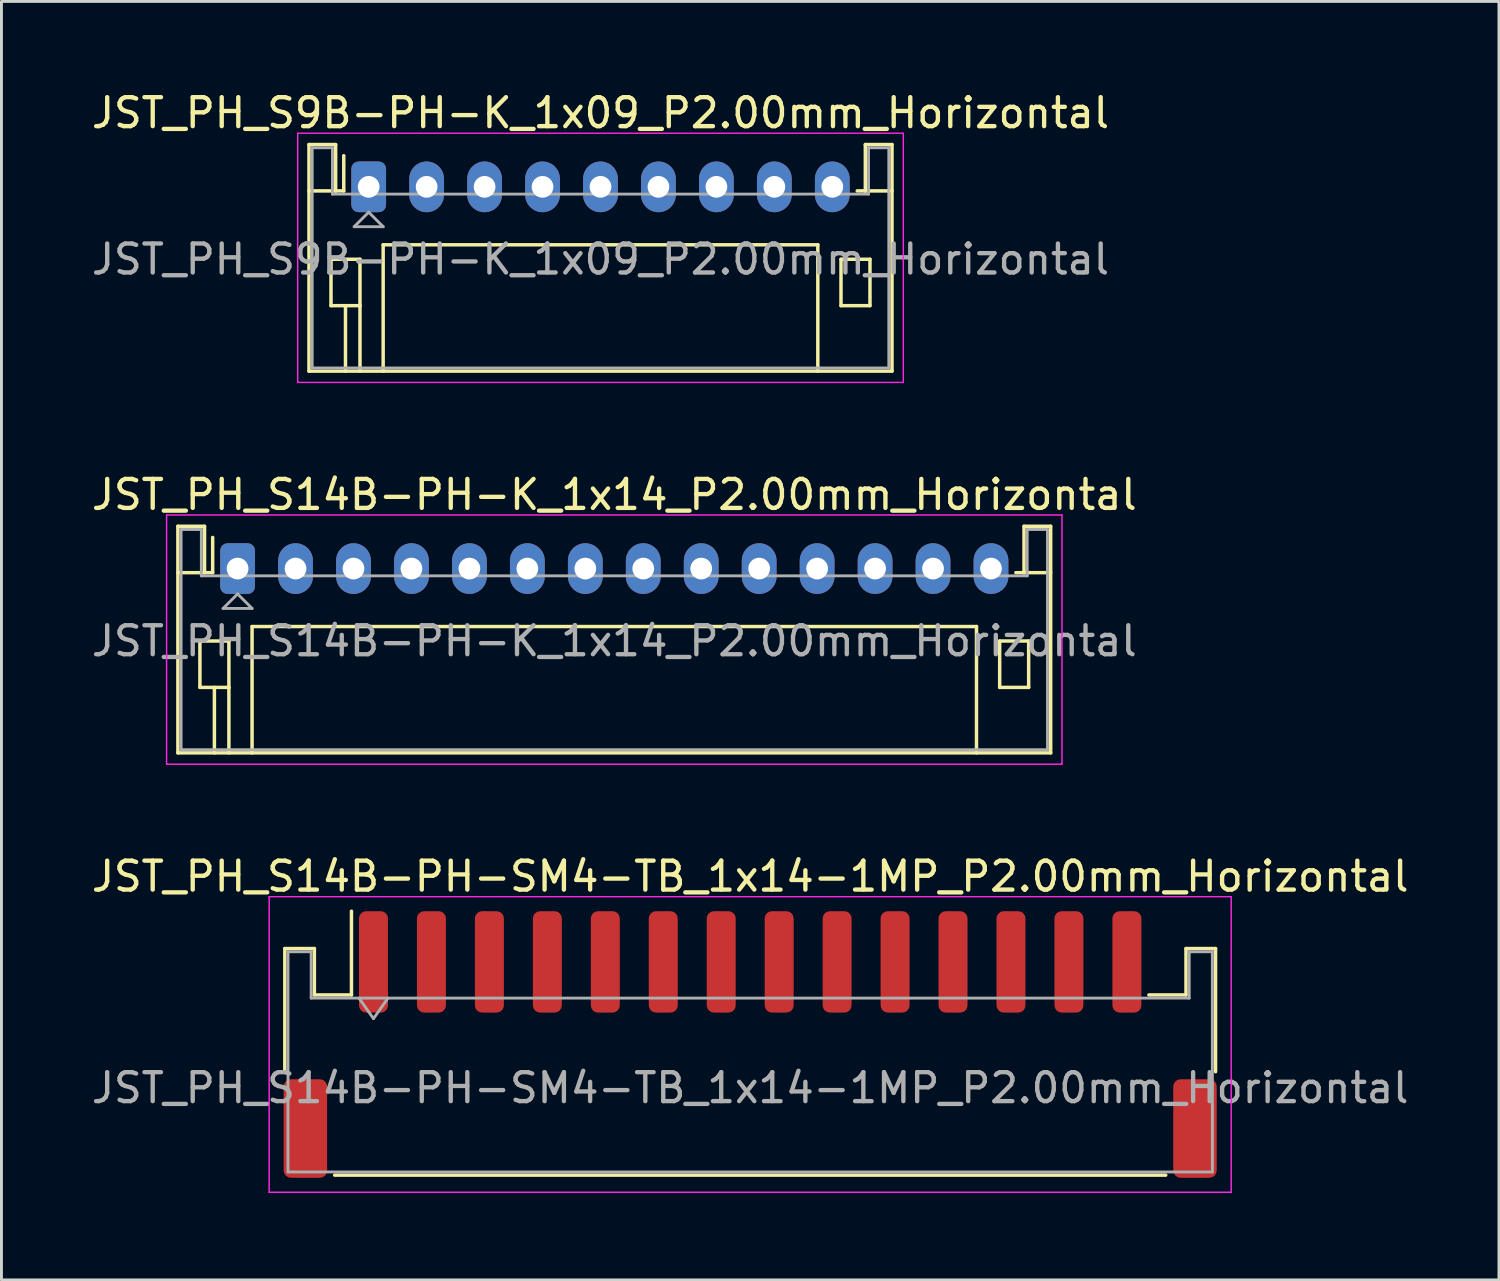
<source format=kicad_pcb>
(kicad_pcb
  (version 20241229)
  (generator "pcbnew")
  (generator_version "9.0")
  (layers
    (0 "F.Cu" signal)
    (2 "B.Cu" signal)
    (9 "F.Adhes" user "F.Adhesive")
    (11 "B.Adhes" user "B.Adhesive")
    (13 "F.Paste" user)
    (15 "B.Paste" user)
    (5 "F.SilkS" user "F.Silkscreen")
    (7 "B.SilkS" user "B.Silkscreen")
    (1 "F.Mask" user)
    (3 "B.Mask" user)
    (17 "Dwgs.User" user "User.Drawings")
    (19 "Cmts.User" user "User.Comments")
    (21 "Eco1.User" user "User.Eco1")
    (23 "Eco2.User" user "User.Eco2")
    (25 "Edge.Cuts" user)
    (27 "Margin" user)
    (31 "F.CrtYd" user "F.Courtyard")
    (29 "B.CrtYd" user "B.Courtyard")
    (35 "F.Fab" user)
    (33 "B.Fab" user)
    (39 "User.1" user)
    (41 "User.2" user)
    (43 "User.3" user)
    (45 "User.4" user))
  (footprint "JST_PH_S14B-PH-SM4-TB_1x14-1MP_P2.00mm_Horizontal"
    (layer "F.Cu")
    (at 22.839 32.995)
    (property "Reference" "JST_PH_S14B-PH-SM4-TB_1x14-1MP_P2.00mm_Horizontal" (at 0 -5.8 0) (layer "F.SilkS") (effects (font (size 1 1) (thickness 0.15))))
    (attr smd)
    (fp_line (start -16.06 -3.31) (end -15.04 -3.31) (stroke (width 0.12) (type solid)) (layer "F.SilkS"))
    (fp_line (start -16.06 0.94) (end -16.06 -3.31) (stroke (width 0.12) (type solid)) (layer "F.SilkS"))
    (fp_line (start -15.04 -3.31) (end -15.04 -1.71) (stroke (width 0.12) (type solid)) (layer "F.SilkS"))
    (fp_line (start -15.04 -1.71) (end -13.76 -1.71) (stroke (width 0.12) (type solid)) (layer "F.SilkS"))
    (fp_line (start -14.34 4.51) (end 14.34 4.51) (stroke (width 0.12) (type solid)) (layer "F.SilkS"))
    (fp_line (start -13.76 -1.71) (end -13.76 -4.6) (stroke (width 0.12) (type solid)) (layer "F.SilkS"))
    (fp_line (start 15.04 -3.31) (end 15.04 -1.71) (stroke (width 0.12) (type solid)) (layer "F.SilkS"))
    (fp_line (start 15.04 -1.71) (end 13.76 -1.71) (stroke (width 0.12) (type solid)) (layer "F.SilkS"))
    (fp_line (start 16.06 -3.31) (end 15.04 -3.31) (stroke (width 0.12) (type solid)) (layer "F.SilkS"))
    (fp_line (start 16.06 0.94) (end 16.06 -3.31) (stroke (width 0.12) (type solid)) (layer "F.SilkS"))
    (fp_line (start -16.6 -5.1) (end -16.6 5.1) (stroke (width 0.05) (type solid)) (layer "F.CrtYd"))
    (fp_line (start -16.6 5.1) (end 16.6 5.1) (stroke (width 0.05) (type solid)) (layer "F.CrtYd"))
    (fp_line (start 16.6 -5.1) (end -16.6 -5.1) (stroke (width 0.05) (type solid)) (layer "F.CrtYd"))
    (fp_line (start 16.6 5.1) (end 16.6 -5.1) (stroke (width 0.05) (type solid)) (layer "F.CrtYd"))
    (fp_line (start -15.95 -3.2) (end -15.95 4.4) (stroke (width 0.1) (type solid)) (layer "F.Fab"))
    (fp_line (start -15.95 -3.2) (end -15.15 -3.2) (stroke (width 0.1) (type solid)) (layer "F.Fab"))
    (fp_line (start -15.95 4.4) (end 15.95 4.4) (stroke (width 0.1) (type solid)) (layer "F.Fab"))
    (fp_line (start -15.15 -3.2) (end -15.15 -1.6) (stroke (width 0.1) (type solid)) (layer "F.Fab"))
    (fp_line (start -15.15 -1.6) (end 15.15 -1.6) (stroke (width 0.1) (type solid)) (layer "F.Fab"))
    (fp_line (start -13.5 -1.6) (end -13 -0.893) (stroke (width 0.1) (type solid)) (layer "F.Fab"))
    (fp_line (start -13 -0.893) (end -12.5 -1.6) (stroke (width 0.1) (type solid)) (layer "F.Fab"))
    (fp_line (start 15.15 -3.2) (end 15.95 -3.2) (stroke (width 0.1) (type solid)) (layer "F.Fab"))
    (fp_line (start 15.15 -1.6) (end 15.15 -3.2) (stroke (width 0.1) (type solid)) (layer "F.Fab"))
    (fp_line (start 15.95 -3.2) (end 15.95 4.4) (stroke (width 0.1) (type solid)) (layer "F.Fab"))
    (fp_text user "${REFERENCE}" (at 0 1.5 0) (layer "F.Fab") (effects (font (size 1 1) (thickness 0.15))))
    (pad "1" smd roundrect (at -13 -2.85) (size 1 3.5) (layers "F.Cu" "F.Mask" "F.Paste") (roundrect_rratio 0.25))
    (pad "2" smd roundrect (at -11 -2.85) (size 1 3.5) (layers "F.Cu" "F.Mask" "F.Paste") (roundrect_rratio 0.25))
    (pad "3" smd roundrect (at -9 -2.85) (size 1 3.5) (layers "F.Cu" "F.Mask" "F.Paste") (roundrect_rratio 0.25))
    (pad "4" smd roundrect (at -7 -2.85) (size 1 3.5) (layers "F.Cu" "F.Mask" "F.Paste") (roundrect_rratio 0.25))
    (pad "5" smd roundrect (at -5 -2.85) (size 1 3.5) (layers "F.Cu" "F.Mask" "F.Paste") (roundrect_rratio 0.25))
    (pad "6" smd roundrect (at -3 -2.85) (size 1 3.5) (layers "F.Cu" "F.Mask" "F.Paste") (roundrect_rratio 0.25))
    (pad "7" smd roundrect (at -1 -2.85) (size 1 3.5) (layers "F.Cu" "F.Mask" "F.Paste") (roundrect_rratio 0.25))
    (pad "8" smd roundrect (at 1 -2.85) (size 1 3.5) (layers "F.Cu" "F.Mask" "F.Paste") (roundrect_rratio 0.25))
    (pad "9" smd roundrect (at 3 -2.85) (size 1 3.5) (layers "F.Cu" "F.Mask" "F.Paste") (roundrect_rratio 0.25))
    (pad "10" smd roundrect (at 5 -2.85) (size 1 3.5) (layers "F.Cu" "F.Mask" "F.Paste") (roundrect_rratio 0.25))
    (pad "11" smd roundrect (at 7 -2.85) (size 1 3.5) (layers "F.Cu" "F.Mask" "F.Paste") (roundrect_rratio 0.25))
    (pad "12" smd roundrect (at 9 -2.85) (size 1 3.5) (layers "F.Cu" "F.Mask" "F.Paste") (roundrect_rratio 0.25))
    (pad "13" smd roundrect (at 11 -2.85) (size 1 3.5) (layers "F.Cu" "F.Mask" "F.Paste") (roundrect_rratio 0.25))
    (pad "14" smd roundrect (at 13 -2.85) (size 1 3.5) (layers "F.Cu" "F.Mask" "F.Paste") (roundrect_rratio 0.25))
    (pad "MP" smd roundrect (at -15.35 2.9) (size 1.5 3.4) (layers "F.Cu" "F.Mask" "F.Paste") (roundrect_rratio 0.167))
    (pad "MP" smd roundrect (at 15.35 2.9) (size 1.5 3.4) (layers "F.Cu" "F.Mask" "F.Paste") (roundrect_rratio 0.167)))
  (footprint "JST_PH_S9B-PH-K_1x09_P2.00mm_Horizontal"
    (layer "F.Cu")
    (at 9.673 3.398)
    (property "Reference" "JST_PH_S9B-PH-K_1x09_P2.00mm_Horizontal" (at 8 -2.55 0) (layer "F.SilkS") (effects (font (size 1 1) (thickness 0.15))))
    (attr through_hole)
    (fp_line (start -2.06 -1.46) (end -2.06 6.36) (stroke (width 0.12) (type solid)) (layer "F.SilkS"))
    (fp_line (start -2.06 0.14) (end -1.14 0.14) (stroke (width 0.12) (type solid)) (layer "F.SilkS"))
    (fp_line (start -2.06 6.36) (end 18.06 6.36) (stroke (width 0.12) (type solid)) (layer "F.SilkS"))
    (fp_line (start -1.3 2.5) (end -1.3 4.1) (stroke (width 0.12) (type solid)) (layer "F.SilkS"))
    (fp_line (start -1.3 4.1) (end -0.3 4.1) (stroke (width 0.12) (type solid)) (layer "F.SilkS"))
    (fp_line (start -1.14 -1.46) (end -2.06 -1.46) (stroke (width 0.12) (type solid)) (layer "F.SilkS"))
    (fp_line (start -1.14 0.14) (end -1.14 -1.46) (stroke (width 0.12) (type solid)) (layer "F.SilkS"))
    (fp_line (start -0.86 0.14) (end -1.14 0.14) (stroke (width 0.12) (type solid)) (layer "F.SilkS"))
    (fp_line (start -0.86 0.14) (end -0.86 -1.075) (stroke (width 0.12) (type solid)) (layer "F.SilkS"))
    (fp_line (start -0.8 4.1) (end -0.8 6.36) (stroke (width 0.12) (type solid)) (layer "F.SilkS"))
    (fp_line (start -0.3 2.5) (end -1.3 2.5) (stroke (width 0.12) (type solid)) (layer "F.SilkS"))
    (fp_line (start -0.3 4.1) (end -0.3 2.5) (stroke (width 0.12) (type solid)) (layer "F.SilkS"))
    (fp_line (start -0.3 4.1) (end -0.3 6.36) (stroke (width 0.12) (type solid)) (layer "F.SilkS"))
    (fp_line (start 0.5 2) (end 15.5 2) (stroke (width 0.12) (type solid)) (layer "F.SilkS"))
    (fp_line (start 0.5 6.36) (end 0.5 2) (stroke (width 0.12) (type solid)) (layer "F.SilkS"))
    (fp_line (start 15.5 2) (end 15.5 6.36) (stroke (width 0.12) (type solid)) (layer "F.SilkS"))
    (fp_line (start 16.3 2.5) (end 17.3 2.5) (stroke (width 0.12) (type solid)) (layer "F.SilkS"))
    (fp_line (start 16.3 4.1) (end 16.3 2.5) (stroke (width 0.12) (type solid)) (layer "F.SilkS"))
    (fp_line (start 17.14 -1.46) (end 17.14 0.14) (stroke (width 0.12) (type solid)) (layer "F.SilkS"))
    (fp_line (start 17.14 0.14) (end 16.86 0.14) (stroke (width 0.12) (type solid)) (layer "F.SilkS"))
    (fp_line (start 17.3 2.5) (end 17.3 4.1) (stroke (width 0.12) (type solid)) (layer "F.SilkS"))
    (fp_line (start 17.3 4.1) (end 16.3 4.1) (stroke (width 0.12) (type solid)) (layer "F.SilkS"))
    (fp_line (start 18.06 -1.46) (end 17.14 -1.46) (stroke (width 0.12) (type solid)) (layer "F.SilkS"))
    (fp_line (start 18.06 0.14) (end 17.14 0.14) (stroke (width 0.12) (type solid)) (layer "F.SilkS"))
    (fp_line (start 18.06 6.36) (end 18.06 -1.46) (stroke (width 0.12) (type solid)) (layer "F.SilkS"))
    (fp_line (start -2.45 -1.85) (end -2.45 6.75) (stroke (width 0.05) (type solid)) (layer "F.CrtYd"))
    (fp_line (start -2.45 6.75) (end 18.45 6.75) (stroke (width 0.05) (type solid)) (layer "F.CrtYd"))
    (fp_line (start 18.45 -1.85) (end -2.45 -1.85) (stroke (width 0.05) (type solid)) (layer "F.CrtYd"))
    (fp_line (start 18.45 6.75) (end 18.45 -1.85) (stroke (width 0.05) (type solid)) (layer "F.CrtYd"))
    (fp_line (start -1.95 -1.35) (end -1.95 6.25) (stroke (width 0.1) (type solid)) (layer "F.Fab"))
    (fp_line (start -1.95 6.25) (end 17.95 6.25) (stroke (width 0.1) (type solid)) (layer "F.Fab"))
    (fp_line (start -1.25 -1.35) (end -1.95 -1.35) (stroke (width 0.1) (type solid)) (layer "F.Fab"))
    (fp_line (start -1.25 0.25) (end -1.25 -1.35) (stroke (width 0.1) (type solid)) (layer "F.Fab"))
    (fp_line (start -0.5 1.375) (end 0.5 1.375) (stroke (width 0.1) (type solid)) (layer "F.Fab"))
    (fp_line (start 0 0.875) (end -0.5 1.375) (stroke (width 0.1) (type solid)) (layer "F.Fab"))
    (fp_line (start 0.5 1.375) (end 0 0.875) (stroke (width 0.1) (type solid)) (layer "F.Fab"))
    (fp_line (start 17.25 -1.35) (end 17.25 0.25) (stroke (width 0.1) (type solid)) (layer "F.Fab"))
    (fp_line (start 17.25 0.25) (end -1.25 0.25) (stroke (width 0.1) (type solid)) (layer "F.Fab"))
    (fp_line (start 17.95 -1.35) (end 17.25 -1.35) (stroke (width 0.1) (type solid)) (layer "F.Fab"))
    (fp_line (start 17.95 6.25) (end 17.95 -1.35) (stroke (width 0.1) (type solid)) (layer "F.Fab"))
    (fp_text user "${REFERENCE}" (at 8 2.5 0) (layer "F.Fab") (effects (font (size 1 1) (thickness 0.15))))
    (pad "1" thru_hole roundrect (at 0 0) (size 1.2 1.75) (drill 0.75) (layers "*.Cu" "*.Mask") (roundrect_rratio 0.208))
    (pad "2" thru_hole oval (at 2 0) (size 1.2 1.75) (drill 0.75) (layers "*.Cu" "*.Mask"))
    (pad "3" thru_hole oval (at 4 0) (size 1.2 1.75) (drill 0.75) (layers "*.Cu" "*.Mask"))
    (pad "4" thru_hole oval (at 6 0) (size 1.2 1.75) (drill 0.75) (layers "*.Cu" "*.Mask"))
    (pad "5" thru_hole oval (at 8 0) (size 1.2 1.75) (drill 0.75) (layers "*.Cu" "*.Mask"))
    (pad "6" thru_hole oval (at 10 0) (size 1.2 1.75) (drill 0.75) (layers "*.Cu" "*.Mask"))
    (pad "7" thru_hole oval (at 12 0) (size 1.2 1.75) (drill 0.75) (layers "*.Cu" "*.Mask"))
    (pad "8" thru_hole oval (at 14 0) (size 1.2 1.75) (drill 0.75) (layers "*.Cu" "*.Mask"))
    (pad "9" thru_hole oval (at 16 0) (size 1.2 1.75) (drill 0.75) (layers "*.Cu" "*.Mask")))
  (footprint "JST_PH_S14B-PH-K_1x14_P2.00mm_Horizontal"
    (layer "F.Cu")
    (at 5.149 16.572)
    (property "Reference" "JST_PH_S14B-PH-K_1x14_P2.00mm_Horizontal" (at 13 -2.55 0) (layer "F.SilkS") (effects (font (size 1 1) (thickness 0.15))))
    (attr through_hole)
    (fp_line (start -2.06 -1.46) (end -2.06 6.36) (stroke (width 0.12) (type solid)) (layer "F.SilkS"))
    (fp_line (start -2.06 0.14) (end -1.14 0.14) (stroke (width 0.12) (type solid)) (layer "F.SilkS"))
    (fp_line (start -2.06 6.36) (end 28.06 6.36) (stroke (width 0.12) (type solid)) (layer "F.SilkS"))
    (fp_line (start -1.3 2.5) (end -1.3 4.1) (stroke (width 0.12) (type solid)) (layer "F.SilkS"))
    (fp_line (start -1.3 4.1) (end -0.3 4.1) (stroke (width 0.12) (type solid)) (layer "F.SilkS"))
    (fp_line (start -1.14 -1.46) (end -2.06 -1.46) (stroke (width 0.12) (type solid)) (layer "F.SilkS"))
    (fp_line (start -1.14 0.14) (end -1.14 -1.46) (stroke (width 0.12) (type solid)) (layer "F.SilkS"))
    (fp_line (start -0.86 0.14) (end -1.14 0.14) (stroke (width 0.12) (type solid)) (layer "F.SilkS"))
    (fp_line (start -0.86 0.14) (end -0.86 -1.075) (stroke (width 0.12) (type solid)) (layer "F.SilkS"))
    (fp_line (start -0.8 4.1) (end -0.8 6.36) (stroke (width 0.12) (type solid)) (layer "F.SilkS"))
    (fp_line (start -0.3 2.5) (end -1.3 2.5) (stroke (width 0.12) (type solid)) (layer "F.SilkS"))
    (fp_line (start -0.3 4.1) (end -0.3 2.5) (stroke (width 0.12) (type solid)) (layer "F.SilkS"))
    (fp_line (start -0.3 4.1) (end -0.3 6.36) (stroke (width 0.12) (type solid)) (layer "F.SilkS"))
    (fp_line (start 0.5 2) (end 25.5 2) (stroke (width 0.12) (type solid)) (layer "F.SilkS"))
    (fp_line (start 0.5 6.36) (end 0.5 2) (stroke (width 0.12) (type solid)) (layer "F.SilkS"))
    (fp_line (start 25.5 2) (end 25.5 6.36) (stroke (width 0.12) (type solid)) (layer "F.SilkS"))
    (fp_line (start 26.3 2.5) (end 27.3 2.5) (stroke (width 0.12) (type solid)) (layer "F.SilkS"))
    (fp_line (start 26.3 4.1) (end 26.3 2.5) (stroke (width 0.12) (type solid)) (layer "F.SilkS"))
    (fp_line (start 27.14 -1.46) (end 27.14 0.14) (stroke (width 0.12) (type solid)) (layer "F.SilkS"))
    (fp_line (start 27.14 0.14) (end 26.86 0.14) (stroke (width 0.12) (type solid)) (layer "F.SilkS"))
    (fp_line (start 27.3 2.5) (end 27.3 4.1) (stroke (width 0.12) (type solid)) (layer "F.SilkS"))
    (fp_line (start 27.3 4.1) (end 26.3 4.1) (stroke (width 0.12) (type solid)) (layer "F.SilkS"))
    (fp_line (start 28.06 -1.46) (end 27.14 -1.46) (stroke (width 0.12) (type solid)) (layer "F.SilkS"))
    (fp_line (start 28.06 0.14) (end 27.14 0.14) (stroke (width 0.12) (type solid)) (layer "F.SilkS"))
    (fp_line (start 28.06 6.36) (end 28.06 -1.46) (stroke (width 0.12) (type solid)) (layer "F.SilkS"))
    (fp_line (start -2.45 -1.85) (end -2.45 6.75) (stroke (width 0.05) (type solid)) (layer "F.CrtYd"))
    (fp_line (start -2.45 6.75) (end 28.45 6.75) (stroke (width 0.05) (type solid)) (layer "F.CrtYd"))
    (fp_line (start 28.45 -1.85) (end -2.45 -1.85) (stroke (width 0.05) (type solid)) (layer "F.CrtYd"))
    (fp_line (start 28.45 6.75) (end 28.45 -1.85) (stroke (width 0.05) (type solid)) (layer "F.CrtYd"))
    (fp_line (start -1.95 -1.35) (end -1.95 6.25) (stroke (width 0.1) (type solid)) (layer "F.Fab"))
    (fp_line (start -1.95 6.25) (end 27.95 6.25) (stroke (width 0.1) (type solid)) (layer "F.Fab"))
    (fp_line (start -1.25 -1.35) (end -1.95 -1.35) (stroke (width 0.1) (type solid)) (layer "F.Fab"))
    (fp_line (start -1.25 0.25) (end -1.25 -1.35) (stroke (width 0.1) (type solid)) (layer "F.Fab"))
    (fp_line (start -0.5 1.375) (end 0.5 1.375) (stroke (width 0.1) (type solid)) (layer "F.Fab"))
    (fp_line (start 0 0.875) (end -0.5 1.375) (stroke (width 0.1) (type solid)) (layer "F.Fab"))
    (fp_line (start 0.5 1.375) (end 0 0.875) (stroke (width 0.1) (type solid)) (layer "F.Fab"))
    (fp_line (start 27.25 -1.35) (end 27.25 0.25) (stroke (width 0.1) (type solid)) (layer "F.Fab"))
    (fp_line (start 27.25 0.25) (end -1.25 0.25) (stroke (width 0.1) (type solid)) (layer "F.Fab"))
    (fp_line (start 27.95 -1.35) (end 27.25 -1.35) (stroke (width 0.1) (type solid)) (layer "F.Fab"))
    (fp_line (start 27.95 6.25) (end 27.95 -1.35) (stroke (width 0.1) (type solid)) (layer "F.Fab"))
    (fp_text user "${REFERENCE}" (at 13 2.5 0) (layer "F.Fab") (effects (font (size 1 1) (thickness 0.15))))
    (pad "1" thru_hole roundrect (at 0 0) (size 1.2 1.75) (drill 0.75) (layers "*.Cu" "*.Mask") (roundrect_rratio 0.208))
    (pad "2" thru_hole oval (at 2 0) (size 1.2 1.75) (drill 0.75) (layers "*.Cu" "*.Mask"))
    (pad "3" thru_hole oval (at 4 0) (size 1.2 1.75) (drill 0.75) (layers "*.Cu" "*.Mask"))
    (pad "4" thru_hole oval (at 6 0) (size 1.2 1.75) (drill 0.75) (layers "*.Cu" "*.Mask"))
    (pad "5" thru_hole oval (at 8 0) (size 1.2 1.75) (drill 0.75) (layers "*.Cu" "*.Mask"))
    (pad "6" thru_hole oval (at 10 0) (size 1.2 1.75) (drill 0.75) (layers "*.Cu" "*.Mask"))
    (pad "7" thru_hole oval (at 12 0) (size 1.2 1.75) (drill 0.75) (layers "*.Cu" "*.Mask"))
    (pad "8" thru_hole oval (at 14 0) (size 1.2 1.75) (drill 0.75) (layers "*.Cu" "*.Mask"))
    (pad "9" thru_hole oval (at 16 0) (size 1.2 1.75) (drill 0.75) (layers "*.Cu" "*.Mask"))
    (pad "10" thru_hole oval (at 18 0) (size 1.2 1.75) (drill 0.75) (layers "*.Cu" "*.Mask"))
    (pad "11" thru_hole oval (at 20 0) (size 1.2 1.75) (drill 0.75) (layers "*.Cu" "*.Mask"))
    (pad "12" thru_hole oval (at 22 0) (size 1.2 1.75) (drill 0.75) (layers "*.Cu" "*.Mask"))
    (pad "13" thru_hole oval (at 24 0) (size 1.2 1.75) (drill 0.75) (layers "*.Cu" "*.Mask"))
    (pad "14" thru_hole oval (at 26 0) (size 1.2 1.75) (drill 0.75) (layers "*.Cu" "*.Mask")))
  (gr_rect
    (start -3 -3)
    (end 48.679 41.12)
    (stroke (width 0.1) (type default))
    (fill no)
    (layer "Edge.Cuts")))
</source>
